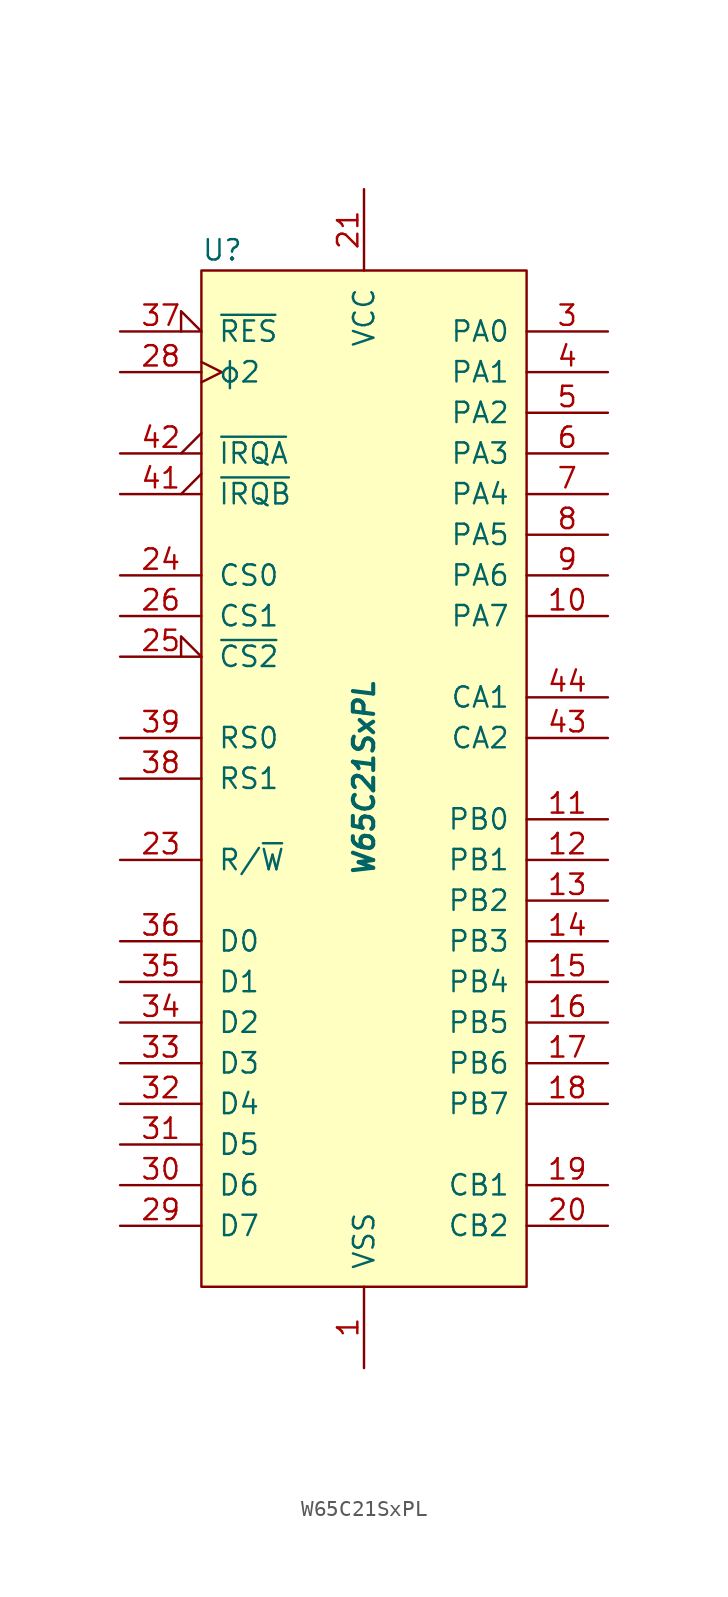
<source format=kicad_sym>
(kicad_symbol_lib
  (version 20201005)
  (generator kicad_symbol_editor)
  (symbol "W65C21SxPL"
    (pin_names
      (offset 1.016))
    (property "Reference" "U"
      (at -10.16 33.02 0)
      (effects (font (size 1.27 1.27)) (justify left)))
    (property "Value" "W65C21SxPL"
      (at 0 0 90)
      (effects (font (size 1.27 1.27) bold italic)))
    (symbol "W65C21SxPL_0_1"
      (rectangle (start -10.16 31.75) (end 10.16 -31.75) (stroke (width 0)) (fill (type background))))
    (symbol "W65C21SxPL_1_1"
      (pin power_in line (at 0 -36.83 90) (length 5.08) (name "VSS" (effects (font (size 1.27 1.27)))) (number "1" (effects (font (size 1.27 1.27)))))
      (pin bidirectional line (at 15.24 10.16 180) (length 5.08) (name "PA7" (effects (font (size 1.27 1.27)))) (number "10" (effects (font (size 1.27 1.27)))))
      (pin bidirectional line (at 15.24 -2.54 180) (length 5.08) (name "PB0" (effects (font (size 1.27 1.27)))) (number "11" (effects (font (size 1.27 1.27)))))
      (pin bidirectional line (at 15.24 -5.08 180) (length 5.08) (name "PB1" (effects (font (size 1.27 1.27)))) (number "12" (effects (font (size 1.27 1.27)))))
      (pin bidirectional line (at 15.24 -7.62 180) (length 5.08) (name "PB2" (effects (font (size 1.27 1.27)))) (number "13" (effects (font (size 1.27 1.27)))))
      (pin bidirectional line (at 15.24 -10.16 180) (length 5.08) (name "PB3" (effects (font (size 1.27 1.27)))) (number "14" (effects (font (size 1.27 1.27)))))
      (pin bidirectional line (at 15.24 -12.7 180) (length 5.08) (name "PB4" (effects (font (size 1.27 1.27)))) (number "15" (effects (font (size 1.27 1.27)))))
      (pin bidirectional line (at 15.24 -15.24 180) (length 5.08) (name "PB5" (effects (font (size 1.27 1.27)))) (number "16" (effects (font (size 1.27 1.27)))))
      (pin bidirectional line (at 15.24 -17.78 180) (length 5.08) (name "PB6" (effects (font (size 1.27 1.27)))) (number "17" (effects (font (size 1.27 1.27)))))
      (pin bidirectional line (at 15.24 -20.32 180) (length 5.08) (name "PB7" (effects (font (size 1.27 1.27)))) (number "18" (effects (font (size 1.27 1.27)))))
      (pin input line (at 15.24 -25.4 180) (length 5.08) (name "CB1" (effects (font (size 1.27 1.27)))) (number "19" (effects (font (size 1.27 1.27)))))
      (pin unconnected non_logic (at -10.16 22.86 0) (length 2.54) hide (name "nc" (effects (font (size 1.27 1.27)))) (number "2" (effects (font (size 1.27 1.27)))))
      (pin bidirectional line (at 15.24 -27.94 180) (length 5.08) (name "CB2" (effects (font (size 1.27 1.27)))) (number "20" (effects (font (size 1.27 1.27)))))
      (pin power_in line (at 0 36.83 270) (length 5.08) (name "VCC" (effects (font (size 1.27 1.27)))) (number "21" (effects (font (size 1.27 1.27)))))
      (pin unconnected non_logic (at -10.16 15.24 0) (length 2.54) hide (name "nc" (effects (font (size 1.27 1.27)))) (number "22" (effects (font (size 1.27 1.27)))))
      (pin input line (at -15.24 -5.08 0) (length 5.08) (name "R/~W" (effects (font (size 1.27 1.27)))) (number "23" (effects (font (size 1.27 1.27)))))
      (pin input line (at -15.24 12.7 0) (length 5.08) (name "CS0" (effects (font (size 1.27 1.27)))) (number "24" (effects (font (size 1.27 1.27)))))
      (pin input input_low (at -15.24 7.62 0) (length 5.08) (name "~CS2" (effects (font (size 1.27 1.27)))) (number "25" (effects (font (size 1.27 1.27)))))
      (pin input line (at -15.24 10.16 0) (length 5.08) (name "CS1" (effects (font (size 1.27 1.27)))) (number "26" (effects (font (size 1.27 1.27)))))
      (pin unconnected non_logic (at -10.16 5.08 0) (length 2.54) hide (name "nc" (effects (font (size 1.27 1.27)))) (number "27" (effects (font (size 1.27 1.27)))))
      (pin input clock (at -15.24 25.4 0) (length 5.08) (name "ϕ2" (effects (font (size 1.27 1.27)))) (number "28" (effects (font (size 1.27 1.27)))))
      (pin bidirectional line (at -15.24 -27.94 0) (length 5.08) (name "D7" (effects (font (size 1.27 1.27)))) (number "29" (effects (font (size 1.27 1.27)))))
      (pin bidirectional line (at 15.24 27.94 180) (length 5.08) (name "PA0" (effects (font (size 1.27 1.27)))) (number "3" (effects (font (size 1.27 1.27)))))
      (pin bidirectional line (at -15.24 -25.4 0) (length 5.08) (name "D6" (effects (font (size 1.27 1.27)))) (number "30" (effects (font (size 1.27 1.27)))))
      (pin bidirectional line (at -15.24 -22.86 0) (length 5.08) (name "D5" (effects (font (size 1.27 1.27)))) (number "31" (effects (font (size 1.27 1.27)))))
      (pin bidirectional line (at -15.24 -20.32 0) (length 5.08) (name "D4" (effects (font (size 1.27 1.27)))) (number "32" (effects (font (size 1.27 1.27)))))
      (pin bidirectional line (at -15.24 -17.78 0) (length 5.08) (name "D3" (effects (font (size 1.27 1.27)))) (number "33" (effects (font (size 1.27 1.27)))))
      (pin bidirectional line (at -15.24 -15.24 0) (length 5.08) (name "D2" (effects (font (size 1.27 1.27)))) (number "34" (effects (font (size 1.27 1.27)))))
      (pin bidirectional line (at -15.24 -12.7 0) (length 5.08) (name "D1" (effects (font (size 1.27 1.27)))) (number "35" (effects (font (size 1.27 1.27)))))
      (pin bidirectional line (at -15.24 -10.16 0) (length 5.08) (name "D0" (effects (font (size 1.27 1.27)))) (number "36" (effects (font (size 1.27 1.27)))))
      (pin input input_low (at -15.24 27.94 0) (length 5.08) (name "~RES" (effects (font (size 1.27 1.27)))) (number "37" (effects (font (size 1.27 1.27)))))
      (pin input line (at -15.24 0 0) (length 5.08) (name "RS1" (effects (font (size 1.27 1.27)))) (number "38" (effects (font (size 1.27 1.27)))))
      (pin input line (at -15.24 2.54 0) (length 5.08) (name "RS0" (effects (font (size 1.27 1.27)))) (number "39" (effects (font (size 1.27 1.27)))))
      (pin bidirectional line (at 15.24 25.4 180) (length 5.08) (name "PA1" (effects (font (size 1.27 1.27)))) (number "4" (effects (font (size 1.27 1.27)))))
      (pin unconnected non_logic (at -10.16 -2.54 0) (length 2.54) hide (name "nc" (effects (font (size 1.27 1.27)))) (number "40" (effects (font (size 1.27 1.27)))))
      (pin open_collector output_low (at -15.24 17.78 0) (length 5.08) (name "~IRQB" (effects (font (size 1.27 1.27)))) (number "41" (effects (font (size 1.27 1.27)))))
      (pin open_collector output_low (at -15.24 20.32 0) (length 5.08) (name "~IRQA" (effects (font (size 1.27 1.27)))) (number "42" (effects (font (size 1.27 1.27)))))
      (pin bidirectional line (at 15.24 2.54 180) (length 5.08) (name "CA2" (effects (font (size 1.27 1.27)))) (number "43" (effects (font (size 1.27 1.27)))))
      (pin input line (at 15.24 5.08 180) (length 5.08) (name "CA1" (effects (font (size 1.27 1.27)))) (number "44" (effects (font (size 1.27 1.27)))))
      (pin bidirectional line (at 15.24 22.86 180) (length 5.08) (name "PA2" (effects (font (size 1.27 1.27)))) (number "5" (effects (font (size 1.27 1.27)))))
      (pin bidirectional line (at 15.24 20.32 180) (length 5.08) (name "PA3" (effects (font (size 1.27 1.27)))) (number "6" (effects (font (size 1.27 1.27)))))
      (pin bidirectional line (at 15.24 17.78 180) (length 5.08) (name "PA4" (effects (font (size 1.27 1.27)))) (number "7" (effects (font (size 1.27 1.27)))))
      (pin bidirectional line (at 15.24 15.24 180) (length 5.08) (name "PA5" (effects (font (size 1.27 1.27)))) (number "8" (effects (font (size 1.27 1.27)))))
      (pin bidirectional line (at 15.24 12.7 180) (length 5.08) (name "PA6" (effects (font (size 1.27 1.27)))) (number "9" (effects (font (size 1.27 1.27))))))))
</source>
